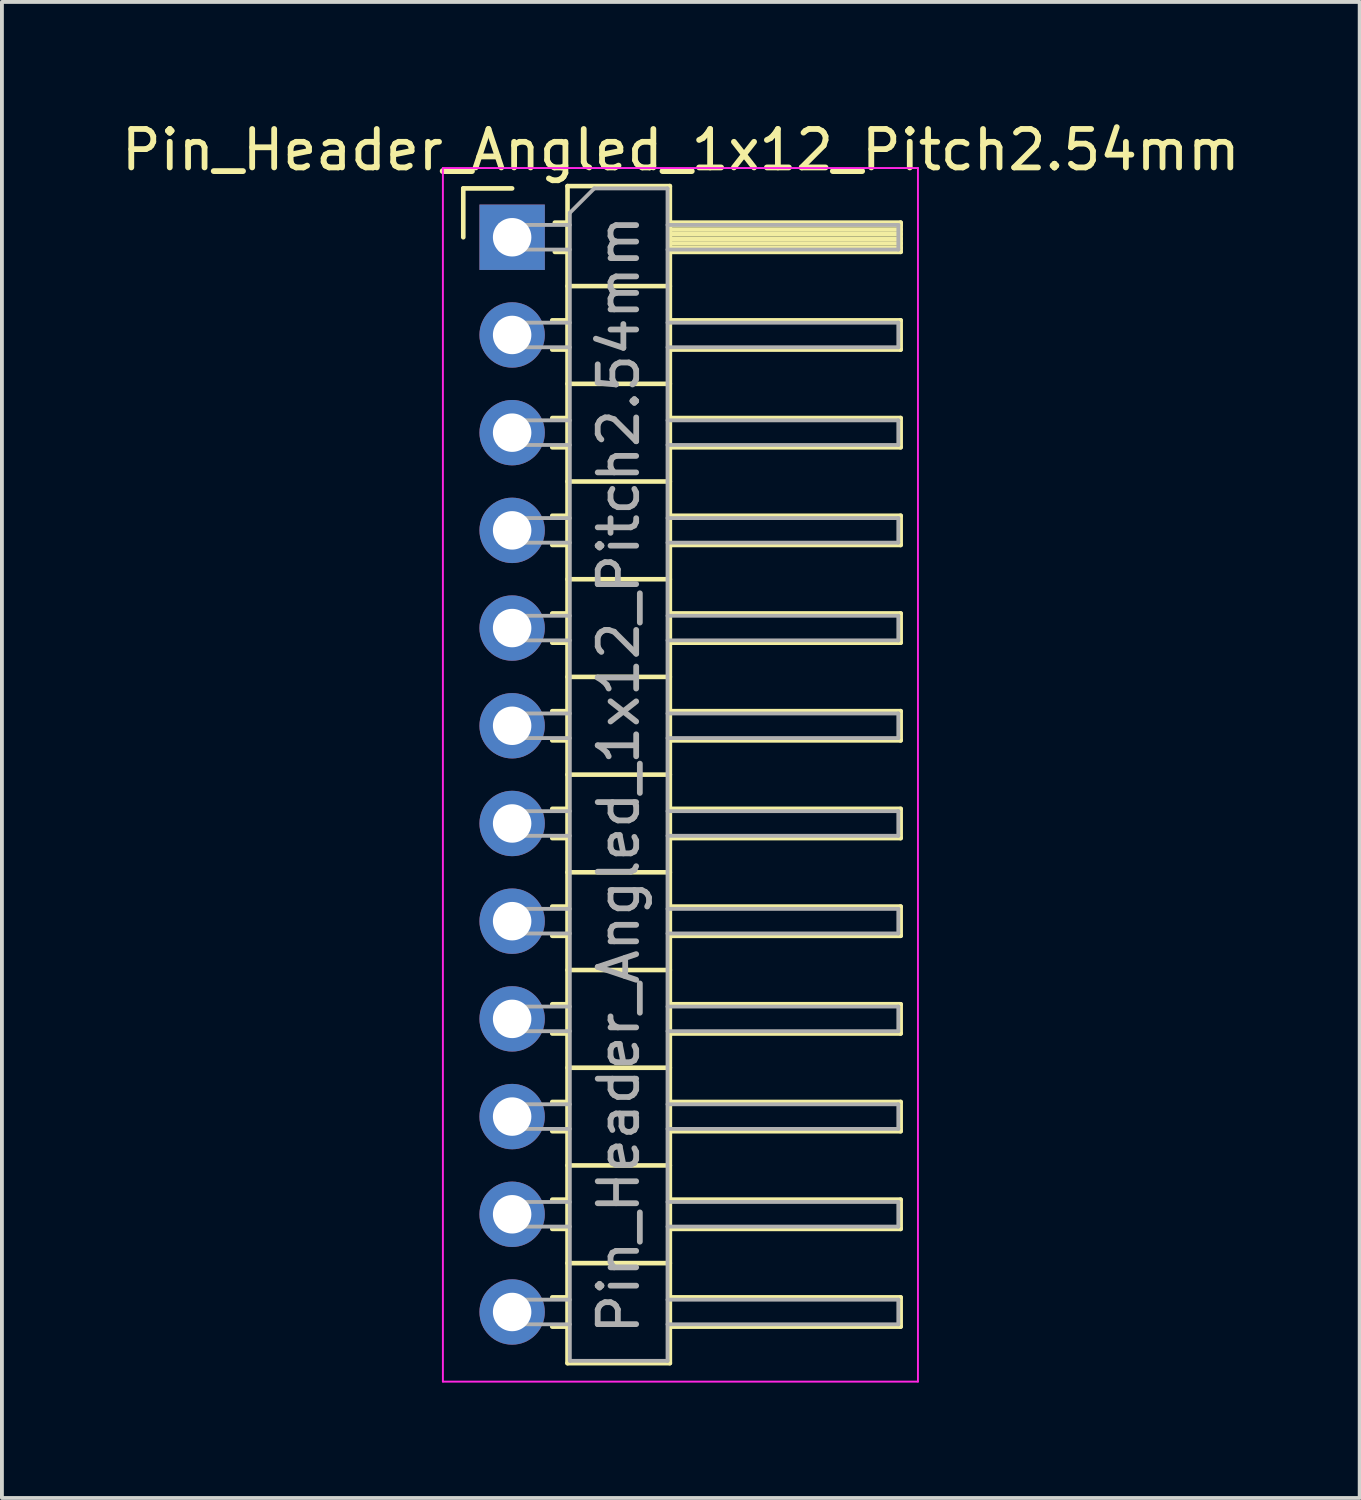
<source format=kicad_pcb>
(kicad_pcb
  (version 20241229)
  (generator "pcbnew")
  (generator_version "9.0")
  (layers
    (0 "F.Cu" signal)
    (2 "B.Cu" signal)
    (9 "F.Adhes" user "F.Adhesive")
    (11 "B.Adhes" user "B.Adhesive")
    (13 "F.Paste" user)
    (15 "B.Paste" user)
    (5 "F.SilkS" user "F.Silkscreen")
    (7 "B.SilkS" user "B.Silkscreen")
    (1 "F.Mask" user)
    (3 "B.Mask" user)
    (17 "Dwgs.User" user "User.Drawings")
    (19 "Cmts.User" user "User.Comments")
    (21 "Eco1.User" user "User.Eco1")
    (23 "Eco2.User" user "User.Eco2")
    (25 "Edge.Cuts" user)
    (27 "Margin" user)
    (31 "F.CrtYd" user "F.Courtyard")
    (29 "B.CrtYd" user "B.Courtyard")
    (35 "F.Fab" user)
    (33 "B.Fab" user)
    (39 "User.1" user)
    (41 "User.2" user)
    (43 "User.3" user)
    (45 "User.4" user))
  (footprint "Pin_Header_Angled_1x12_Pitch2.54mm"
    (layer "F.Cu")
    (at 10.264 3.118)
    (property "Reference" "Pin_Header_Angled_1x12_Pitch2.54mm" (at 4.385 -2.27 0) (layer "F.SilkS") (effects (font (size 1 1) (thickness 0.15))))
    (attr through_hole)
    (fp_line (start -1.27 -1.27) (end 0 -1.27) (stroke (width 0.12) (type solid)) (layer "F.SilkS"))
    (fp_line (start -1.27 0) (end -1.27 -1.27) (stroke (width 0.12) (type solid)) (layer "F.SilkS"))
    (fp_line (start 1.043 2.16) (end 1.44 2.16) (stroke (width 0.12) (type solid)) (layer "F.SilkS"))
    (fp_line (start 1.043 2.92) (end 1.44 2.92) (stroke (width 0.12) (type solid)) (layer "F.SilkS"))
    (fp_line (start 1.043 4.7) (end 1.44 4.7) (stroke (width 0.12) (type solid)) (layer "F.SilkS"))
    (fp_line (start 1.043 5.46) (end 1.44 5.46) (stroke (width 0.12) (type solid)) (layer "F.SilkS"))
    (fp_line (start 1.043 7.24) (end 1.44 7.24) (stroke (width 0.12) (type solid)) (layer "F.SilkS"))
    (fp_line (start 1.043 8) (end 1.44 8) (stroke (width 0.12) (type solid)) (layer "F.SilkS"))
    (fp_line (start 1.043 9.78) (end 1.44 9.78) (stroke (width 0.12) (type solid)) (layer "F.SilkS"))
    (fp_line (start 1.043 10.54) (end 1.44 10.54) (stroke (width 0.12) (type solid)) (layer "F.SilkS"))
    (fp_line (start 1.043 12.32) (end 1.44 12.32) (stroke (width 0.12) (type solid)) (layer "F.SilkS"))
    (fp_line (start 1.043 13.08) (end 1.44 13.08) (stroke (width 0.12) (type solid)) (layer "F.SilkS"))
    (fp_line (start 1.043 14.86) (end 1.44 14.86) (stroke (width 0.12) (type solid)) (layer "F.SilkS"))
    (fp_line (start 1.043 15.62) (end 1.44 15.62) (stroke (width 0.12) (type solid)) (layer "F.SilkS"))
    (fp_line (start 1.043 17.4) (end 1.44 17.4) (stroke (width 0.12) (type solid)) (layer "F.SilkS"))
    (fp_line (start 1.043 18.16) (end 1.44 18.16) (stroke (width 0.12) (type solid)) (layer "F.SilkS"))
    (fp_line (start 1.043 19.94) (end 1.44 19.94) (stroke (width 0.12) (type solid)) (layer "F.SilkS"))
    (fp_line (start 1.043 20.7) (end 1.44 20.7) (stroke (width 0.12) (type solid)) (layer "F.SilkS"))
    (fp_line (start 1.043 22.48) (end 1.44 22.48) (stroke (width 0.12) (type solid)) (layer "F.SilkS"))
    (fp_line (start 1.043 23.24) (end 1.44 23.24) (stroke (width 0.12) (type solid)) (layer "F.SilkS"))
    (fp_line (start 1.043 25.02) (end 1.44 25.02) (stroke (width 0.12) (type solid)) (layer "F.SilkS"))
    (fp_line (start 1.043 25.78) (end 1.44 25.78) (stroke (width 0.12) (type solid)) (layer "F.SilkS"))
    (fp_line (start 1.043 27.56) (end 1.44 27.56) (stroke (width 0.12) (type solid)) (layer "F.SilkS"))
    (fp_line (start 1.043 28.32) (end 1.44 28.32) (stroke (width 0.12) (type solid)) (layer "F.SilkS"))
    (fp_line (start 1.11 -0.38) (end 1.44 -0.38) (stroke (width 0.12) (type solid)) (layer "F.SilkS"))
    (fp_line (start 1.11 0.38) (end 1.44 0.38) (stroke (width 0.12) (type solid)) (layer "F.SilkS"))
    (fp_line (start 1.44 -1.33) (end 1.44 29.27) (stroke (width 0.12) (type solid)) (layer "F.SilkS"))
    (fp_line (start 1.44 1.27) (end 4.1 1.27) (stroke (width 0.12) (type solid)) (layer "F.SilkS"))
    (fp_line (start 1.44 3.81) (end 4.1 3.81) (stroke (width 0.12) (type solid)) (layer "F.SilkS"))
    (fp_line (start 1.44 6.35) (end 4.1 6.35) (stroke (width 0.12) (type solid)) (layer "F.SilkS"))
    (fp_line (start 1.44 8.89) (end 4.1 8.89) (stroke (width 0.12) (type solid)) (layer "F.SilkS"))
    (fp_line (start 1.44 11.43) (end 4.1 11.43) (stroke (width 0.12) (type solid)) (layer "F.SilkS"))
    (fp_line (start 1.44 13.97) (end 4.1 13.97) (stroke (width 0.12) (type solid)) (layer "F.SilkS"))
    (fp_line (start 1.44 16.51) (end 4.1 16.51) (stroke (width 0.12) (type solid)) (layer "F.SilkS"))
    (fp_line (start 1.44 19.05) (end 4.1 19.05) (stroke (width 0.12) (type solid)) (layer "F.SilkS"))
    (fp_line (start 1.44 21.59) (end 4.1 21.59) (stroke (width 0.12) (type solid)) (layer "F.SilkS"))
    (fp_line (start 1.44 24.13) (end 4.1 24.13) (stroke (width 0.12) (type solid)) (layer "F.SilkS"))
    (fp_line (start 1.44 26.67) (end 4.1 26.67) (stroke (width 0.12) (type solid)) (layer "F.SilkS"))
    (fp_line (start 1.44 29.27) (end 4.1 29.27) (stroke (width 0.12) (type solid)) (layer "F.SilkS"))
    (fp_line (start 4.1 -1.33) (end 1.44 -1.33) (stroke (width 0.12) (type solid)) (layer "F.SilkS"))
    (fp_line (start 4.1 -0.38) (end 10.1 -0.38) (stroke (width 0.12) (type solid)) (layer "F.SilkS"))
    (fp_line (start 4.1 -0.32) (end 10.1 -0.32) (stroke (width 0.12) (type solid)) (layer "F.SilkS"))
    (fp_line (start 4.1 -0.2) (end 10.1 -0.2) (stroke (width 0.12) (type solid)) (layer "F.SilkS"))
    (fp_line (start 4.1 -0.08) (end 10.1 -0.08) (stroke (width 0.12) (type solid)) (layer "F.SilkS"))
    (fp_line (start 4.1 0.04) (end 10.1 0.04) (stroke (width 0.12) (type solid)) (layer "F.SilkS"))
    (fp_line (start 4.1 0.16) (end 10.1 0.16) (stroke (width 0.12) (type solid)) (layer "F.SilkS"))
    (fp_line (start 4.1 0.28) (end 10.1 0.28) (stroke (width 0.12) (type solid)) (layer "F.SilkS"))
    (fp_line (start 4.1 2.16) (end 10.1 2.16) (stroke (width 0.12) (type solid)) (layer "F.SilkS"))
    (fp_line (start 4.1 4.7) (end 10.1 4.7) (stroke (width 0.12) (type solid)) (layer "F.SilkS"))
    (fp_line (start 4.1 7.24) (end 10.1 7.24) (stroke (width 0.12) (type solid)) (layer "F.SilkS"))
    (fp_line (start 4.1 9.78) (end 10.1 9.78) (stroke (width 0.12) (type solid)) (layer "F.SilkS"))
    (fp_line (start 4.1 12.32) (end 10.1 12.32) (stroke (width 0.12) (type solid)) (layer "F.SilkS"))
    (fp_line (start 4.1 14.86) (end 10.1 14.86) (stroke (width 0.12) (type solid)) (layer "F.SilkS"))
    (fp_line (start 4.1 17.4) (end 10.1 17.4) (stroke (width 0.12) (type solid)) (layer "F.SilkS"))
    (fp_line (start 4.1 19.94) (end 10.1 19.94) (stroke (width 0.12) (type solid)) (layer "F.SilkS"))
    (fp_line (start 4.1 22.48) (end 10.1 22.48) (stroke (width 0.12) (type solid)) (layer "F.SilkS"))
    (fp_line (start 4.1 25.02) (end 10.1 25.02) (stroke (width 0.12) (type solid)) (layer "F.SilkS"))
    (fp_line (start 4.1 27.56) (end 10.1 27.56) (stroke (width 0.12) (type solid)) (layer "F.SilkS"))
    (fp_line (start 4.1 29.27) (end 4.1 -1.33) (stroke (width 0.12) (type solid)) (layer "F.SilkS"))
    (fp_line (start 10.1 -0.38) (end 10.1 0.38) (stroke (width 0.12) (type solid)) (layer "F.SilkS"))
    (fp_line (start 10.1 0.38) (end 4.1 0.38) (stroke (width 0.12) (type solid)) (layer "F.SilkS"))
    (fp_line (start 10.1 2.16) (end 10.1 2.92) (stroke (width 0.12) (type solid)) (layer "F.SilkS"))
    (fp_line (start 10.1 2.92) (end 4.1 2.92) (stroke (width 0.12) (type solid)) (layer "F.SilkS"))
    (fp_line (start 10.1 4.7) (end 10.1 5.46) (stroke (width 0.12) (type solid)) (layer "F.SilkS"))
    (fp_line (start 10.1 5.46) (end 4.1 5.46) (stroke (width 0.12) (type solid)) (layer "F.SilkS"))
    (fp_line (start 10.1 7.24) (end 10.1 8) (stroke (width 0.12) (type solid)) (layer "F.SilkS"))
    (fp_line (start 10.1 8) (end 4.1 8) (stroke (width 0.12) (type solid)) (layer "F.SilkS"))
    (fp_line (start 10.1 9.78) (end 10.1 10.54) (stroke (width 0.12) (type solid)) (layer "F.SilkS"))
    (fp_line (start 10.1 10.54) (end 4.1 10.54) (stroke (width 0.12) (type solid)) (layer "F.SilkS"))
    (fp_line (start 10.1 12.32) (end 10.1 13.08) (stroke (width 0.12) (type solid)) (layer "F.SilkS"))
    (fp_line (start 10.1 13.08) (end 4.1 13.08) (stroke (width 0.12) (type solid)) (layer "F.SilkS"))
    (fp_line (start 10.1 14.86) (end 10.1 15.62) (stroke (width 0.12) (type solid)) (layer "F.SilkS"))
    (fp_line (start 10.1 15.62) (end 4.1 15.62) (stroke (width 0.12) (type solid)) (layer "F.SilkS"))
    (fp_line (start 10.1 17.4) (end 10.1 18.16) (stroke (width 0.12) (type solid)) (layer "F.SilkS"))
    (fp_line (start 10.1 18.16) (end 4.1 18.16) (stroke (width 0.12) (type solid)) (layer "F.SilkS"))
    (fp_line (start 10.1 19.94) (end 10.1 20.7) (stroke (width 0.12) (type solid)) (layer "F.SilkS"))
    (fp_line (start 10.1 20.7) (end 4.1 20.7) (stroke (width 0.12) (type solid)) (layer "F.SilkS"))
    (fp_line (start 10.1 22.48) (end 10.1 23.24) (stroke (width 0.12) (type solid)) (layer "F.SilkS"))
    (fp_line (start 10.1 23.24) (end 4.1 23.24) (stroke (width 0.12) (type solid)) (layer "F.SilkS"))
    (fp_line (start 10.1 25.02) (end 10.1 25.78) (stroke (width 0.12) (type solid)) (layer "F.SilkS"))
    (fp_line (start 10.1 25.78) (end 4.1 25.78) (stroke (width 0.12) (type solid)) (layer "F.SilkS"))
    (fp_line (start 10.1 27.56) (end 10.1 28.32) (stroke (width 0.12) (type solid)) (layer "F.SilkS"))
    (fp_line (start 10.1 28.32) (end 4.1 28.32) (stroke (width 0.12) (type solid)) (layer "F.SilkS"))
    (fp_line (start -1.8 -1.8) (end -1.8 29.75) (stroke (width 0.05) (type solid)) (layer "F.CrtYd"))
    (fp_line (start -1.8 29.75) (end 10.55 29.75) (stroke (width 0.05) (type solid)) (layer "F.CrtYd"))
    (fp_line (start 10.55 -1.8) (end -1.8 -1.8) (stroke (width 0.05) (type solid)) (layer "F.CrtYd"))
    (fp_line (start 10.55 29.75) (end 10.55 -1.8) (stroke (width 0.05) (type solid)) (layer "F.CrtYd"))
    (fp_line (start -0.32 -0.32) (end -0.32 0.32) (stroke (width 0.1) (type solid)) (layer "F.Fab"))
    (fp_line (start -0.32 -0.32) (end 1.5 -0.32) (stroke (width 0.1) (type solid)) (layer "F.Fab"))
    (fp_line (start -0.32 0.32) (end 1.5 0.32) (stroke (width 0.1) (type solid)) (layer "F.Fab"))
    (fp_line (start -0.32 2.22) (end -0.32 2.86) (stroke (width 0.1) (type solid)) (layer "F.Fab"))
    (fp_line (start -0.32 2.22) (end 1.5 2.22) (stroke (width 0.1) (type solid)) (layer "F.Fab"))
    (fp_line (start -0.32 2.86) (end 1.5 2.86) (stroke (width 0.1) (type solid)) (layer "F.Fab"))
    (fp_line (start -0.32 4.76) (end -0.32 5.4) (stroke (width 0.1) (type solid)) (layer "F.Fab"))
    (fp_line (start -0.32 4.76) (end 1.5 4.76) (stroke (width 0.1) (type solid)) (layer "F.Fab"))
    (fp_line (start -0.32 5.4) (end 1.5 5.4) (stroke (width 0.1) (type solid)) (layer "F.Fab"))
    (fp_line (start -0.32 7.3) (end -0.32 7.94) (stroke (width 0.1) (type solid)) (layer "F.Fab"))
    (fp_line (start -0.32 7.3) (end 1.5 7.3) (stroke (width 0.1) (type solid)) (layer "F.Fab"))
    (fp_line (start -0.32 7.94) (end 1.5 7.94) (stroke (width 0.1) (type solid)) (layer "F.Fab"))
    (fp_line (start -0.32 9.84) (end -0.32 10.48) (stroke (width 0.1) (type solid)) (layer "F.Fab"))
    (fp_line (start -0.32 9.84) (end 1.5 9.84) (stroke (width 0.1) (type solid)) (layer "F.Fab"))
    (fp_line (start -0.32 10.48) (end 1.5 10.48) (stroke (width 0.1) (type solid)) (layer "F.Fab"))
    (fp_line (start -0.32 12.38) (end -0.32 13.02) (stroke (width 0.1) (type solid)) (layer "F.Fab"))
    (fp_line (start -0.32 12.38) (end 1.5 12.38) (stroke (width 0.1) (type solid)) (layer "F.Fab"))
    (fp_line (start -0.32 13.02) (end 1.5 13.02) (stroke (width 0.1) (type solid)) (layer "F.Fab"))
    (fp_line (start -0.32 14.92) (end -0.32 15.56) (stroke (width 0.1) (type solid)) (layer "F.Fab"))
    (fp_line (start -0.32 14.92) (end 1.5 14.92) (stroke (width 0.1) (type solid)) (layer "F.Fab"))
    (fp_line (start -0.32 15.56) (end 1.5 15.56) (stroke (width 0.1) (type solid)) (layer "F.Fab"))
    (fp_line (start -0.32 17.46) (end -0.32 18.1) (stroke (width 0.1) (type solid)) (layer "F.Fab"))
    (fp_line (start -0.32 17.46) (end 1.5 17.46) (stroke (width 0.1) (type solid)) (layer "F.Fab"))
    (fp_line (start -0.32 18.1) (end 1.5 18.1) (stroke (width 0.1) (type solid)) (layer "F.Fab"))
    (fp_line (start -0.32 20) (end -0.32 20.64) (stroke (width 0.1) (type solid)) (layer "F.Fab"))
    (fp_line (start -0.32 20) (end 1.5 20) (stroke (width 0.1) (type solid)) (layer "F.Fab"))
    (fp_line (start -0.32 20.64) (end 1.5 20.64) (stroke (width 0.1) (type solid)) (layer "F.Fab"))
    (fp_line (start -0.32 22.54) (end -0.32 23.18) (stroke (width 0.1) (type solid)) (layer "F.Fab"))
    (fp_line (start -0.32 22.54) (end 1.5 22.54) (stroke (width 0.1) (type solid)) (layer "F.Fab"))
    (fp_line (start -0.32 23.18) (end 1.5 23.18) (stroke (width 0.1) (type solid)) (layer "F.Fab"))
    (fp_line (start -0.32 25.08) (end -0.32 25.72) (stroke (width 0.1) (type solid)) (layer "F.Fab"))
    (fp_line (start -0.32 25.08) (end 1.5 25.08) (stroke (width 0.1) (type solid)) (layer "F.Fab"))
    (fp_line (start -0.32 25.72) (end 1.5 25.72) (stroke (width 0.1) (type solid)) (layer "F.Fab"))
    (fp_line (start -0.32 27.62) (end -0.32 28.26) (stroke (width 0.1) (type solid)) (layer "F.Fab"))
    (fp_line (start -0.32 27.62) (end 1.5 27.62) (stroke (width 0.1) (type solid)) (layer "F.Fab"))
    (fp_line (start -0.32 28.26) (end 1.5 28.26) (stroke (width 0.1) (type solid)) (layer "F.Fab"))
    (fp_line (start 1.5 -0.635) (end 2.135 -1.27) (stroke (width 0.1) (type solid)) (layer "F.Fab"))
    (fp_line (start 1.5 29.21) (end 1.5 -0.635) (stroke (width 0.1) (type solid)) (layer "F.Fab"))
    (fp_line (start 2.135 -1.27) (end 4.04 -1.27) (stroke (width 0.1) (type solid)) (layer "F.Fab"))
    (fp_line (start 4.04 -1.27) (end 4.04 29.21) (stroke (width 0.1) (type solid)) (layer "F.Fab"))
    (fp_line (start 4.04 -0.32) (end 10.04 -0.32) (stroke (width 0.1) (type solid)) (layer "F.Fab"))
    (fp_line (start 4.04 0.32) (end 10.04 0.32) (stroke (width 0.1) (type solid)) (layer "F.Fab"))
    (fp_line (start 4.04 2.22) (end 10.04 2.22) (stroke (width 0.1) (type solid)) (layer "F.Fab"))
    (fp_line (start 4.04 2.86) (end 10.04 2.86) (stroke (width 0.1) (type solid)) (layer "F.Fab"))
    (fp_line (start 4.04 4.76) (end 10.04 4.76) (stroke (width 0.1) (type solid)) (layer "F.Fab"))
    (fp_line (start 4.04 5.4) (end 10.04 5.4) (stroke (width 0.1) (type solid)) (layer "F.Fab"))
    (fp_line (start 4.04 7.3) (end 10.04 7.3) (stroke (width 0.1) (type solid)) (layer "F.Fab"))
    (fp_line (start 4.04 7.94) (end 10.04 7.94) (stroke (width 0.1) (type solid)) (layer "F.Fab"))
    (fp_line (start 4.04 9.84) (end 10.04 9.84) (stroke (width 0.1) (type solid)) (layer "F.Fab"))
    (fp_line (start 4.04 10.48) (end 10.04 10.48) (stroke (width 0.1) (type solid)) (layer "F.Fab"))
    (fp_line (start 4.04 12.38) (end 10.04 12.38) (stroke (width 0.1) (type solid)) (layer "F.Fab"))
    (fp_line (start 4.04 13.02) (end 10.04 13.02) (stroke (width 0.1) (type solid)) (layer "F.Fab"))
    (fp_line (start 4.04 14.92) (end 10.04 14.92) (stroke (width 0.1) (type solid)) (layer "F.Fab"))
    (fp_line (start 4.04 15.56) (end 10.04 15.56) (stroke (width 0.1) (type solid)) (layer "F.Fab"))
    (fp_line (start 4.04 17.46) (end 10.04 17.46) (stroke (width 0.1) (type solid)) (layer "F.Fab"))
    (fp_line (start 4.04 18.1) (end 10.04 18.1) (stroke (width 0.1) (type solid)) (layer "F.Fab"))
    (fp_line (start 4.04 20) (end 10.04 20) (stroke (width 0.1) (type solid)) (layer "F.Fab"))
    (fp_line (start 4.04 20.64) (end 10.04 20.64) (stroke (width 0.1) (type solid)) (layer "F.Fab"))
    (fp_line (start 4.04 22.54) (end 10.04 22.54) (stroke (width 0.1) (type solid)) (layer "F.Fab"))
    (fp_line (start 4.04 23.18) (end 10.04 23.18) (stroke (width 0.1) (type solid)) (layer "F.Fab"))
    (fp_line (start 4.04 25.08) (end 10.04 25.08) (stroke (width 0.1) (type solid)) (layer "F.Fab"))
    (fp_line (start 4.04 25.72) (end 10.04 25.72) (stroke (width 0.1) (type solid)) (layer "F.Fab"))
    (fp_line (start 4.04 27.62) (end 10.04 27.62) (stroke (width 0.1) (type solid)) (layer "F.Fab"))
    (fp_line (start 4.04 28.26) (end 10.04 28.26) (stroke (width 0.1) (type solid)) (layer "F.Fab"))
    (fp_line (start 4.04 29.21) (end 1.5 29.21) (stroke (width 0.1) (type solid)) (layer "F.Fab"))
    (fp_line (start 10.04 -0.32) (end 10.04 0.32) (stroke (width 0.1) (type solid)) (layer "F.Fab"))
    (fp_line (start 10.04 2.22) (end 10.04 2.86) (stroke (width 0.1) (type solid)) (layer "F.Fab"))
    (fp_line (start 10.04 4.76) (end 10.04 5.4) (stroke (width 0.1) (type solid)) (layer "F.Fab"))
    (fp_line (start 10.04 7.3) (end 10.04 7.94) (stroke (width 0.1) (type solid)) (layer "F.Fab"))
    (fp_line (start 10.04 9.84) (end 10.04 10.48) (stroke (width 0.1) (type solid)) (layer "F.Fab"))
    (fp_line (start 10.04 12.38) (end 10.04 13.02) (stroke (width 0.1) (type solid)) (layer "F.Fab"))
    (fp_line (start 10.04 14.92) (end 10.04 15.56) (stroke (width 0.1) (type solid)) (layer "F.Fab"))
    (fp_line (start 10.04 17.46) (end 10.04 18.1) (stroke (width 0.1) (type solid)) (layer "F.Fab"))
    (fp_line (start 10.04 20) (end 10.04 20.64) (stroke (width 0.1) (type solid)) (layer "F.Fab"))
    (fp_line (start 10.04 22.54) (end 10.04 23.18) (stroke (width 0.1) (type solid)) (layer "F.Fab"))
    (fp_line (start 10.04 25.08) (end 10.04 25.72) (stroke (width 0.1) (type solid)) (layer "F.Fab"))
    (fp_line (start 10.04 27.62) (end 10.04 28.26) (stroke (width 0.1) (type solid)) (layer "F.Fab"))
    (fp_text user "${REFERENCE}" (at 2.77 13.97 90) (layer "F.Fab") (effects (font (size 1 1) (thickness 0.15))))
    (pad "1" thru_hole rect (at 0 0) (size 1.7 1.7) (drill 1) (layers "*.Cu" "*.Mask"))
    (pad "2" thru_hole oval (at 0 2.54) (size 1.7 1.7) (drill 1) (layers "*.Cu" "*.Mask"))
    (pad "3" thru_hole oval (at 0 5.08) (size 1.7 1.7) (drill 1) (layers "*.Cu" "*.Mask"))
    (pad "4" thru_hole oval (at 0 7.62) (size 1.7 1.7) (drill 1) (layers "*.Cu" "*.Mask"))
    (pad "5" thru_hole oval (at 0 10.16) (size 1.7 1.7) (drill 1) (layers "*.Cu" "*.Mask"))
    (pad "6" thru_hole oval (at 0 12.7) (size 1.7 1.7) (drill 1) (layers "*.Cu" "*.Mask"))
    (pad "7" thru_hole oval (at 0 15.24) (size 1.7 1.7) (drill 1) (layers "*.Cu" "*.Mask"))
    (pad "8" thru_hole oval (at 0 17.78) (size 1.7 1.7) (drill 1) (layers "*.Cu" "*.Mask"))
    (pad "9" thru_hole oval (at 0 20.32) (size 1.7 1.7) (drill 1) (layers "*.Cu" "*.Mask"))
    (pad "10" thru_hole oval (at 0 22.86) (size 1.7 1.7) (drill 1) (layers "*.Cu" "*.Mask"))
    (pad "11" thru_hole oval (at 0 25.4) (size 1.7 1.7) (drill 1) (layers "*.Cu" "*.Mask"))
    (pad "12" thru_hole oval (at 0 27.94) (size 1.7 1.7) (drill 1) (layers "*.Cu" "*.Mask")))
  (gr_rect
    (start -3 -3)
    (end 32.298 35.893)
    (stroke (width 0.1) (type default))
    (fill no)
    (layer "Edge.Cuts")))
</source>
